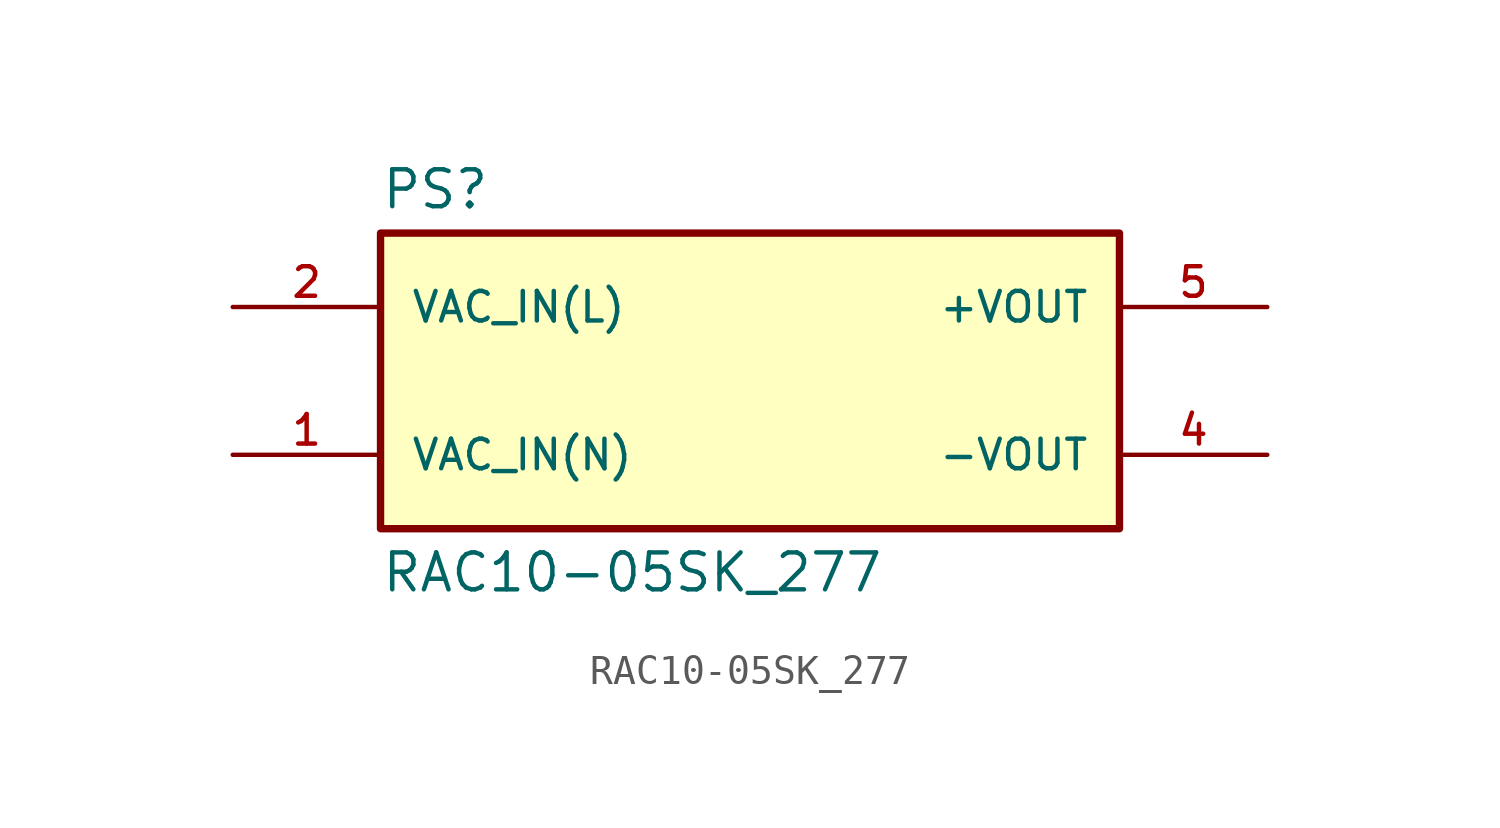
<source format=kicad_sym>
(kicad_symbol_lib
  (version 20211014)
  (generator kicad_symbol_editor)
  (symbol "RAC10-05SK_277"
    (pin_names
      (offset 1.016))
    (property "Reference" "PS"
      (at -12.7 5.842 0)
      (effects (font (size 1.27 1.27)) (justify bottom left)))
    (property "Value" "RAC10-05SK_277"
      (at -12.7 -5.842 0)
      (effects (font (size 1.27 1.27)) (justify top left)))
    (symbol "RAC10-05SK_277_0_0"
      (rectangle (start -12.7 -5.08) (end 12.7 5.08) (stroke (width 0.254)) (fill (type background)))
      (pin input line (at -17.78 2.54 0) (length 5.08) (name "VAC_IN(L)" (effects (font (size 1.016 1.016)))) (number "2" (effects (font (size 1.016 1.016)))))
      (pin input line (at -17.78 -2.54 0) (length 5.08) (name "VAC_IN(N)" (effects (font (size 1.016 1.016)))) (number "1" (effects (font (size 1.016 1.016)))))
      (pin output line (at 17.78 2.54 180.0) (length 5.08) (name "+VOUT" (effects (font (size 1.016 1.016)))) (number "5" (effects (font (size 1.016 1.016)))))
      (pin output line (at 17.78 -2.54 180.0) (length 5.08) (name "-VOUT" (effects (font (size 1.016 1.016)))) (number "4" (effects (font (size 1.016 1.016))))))))
</source>
